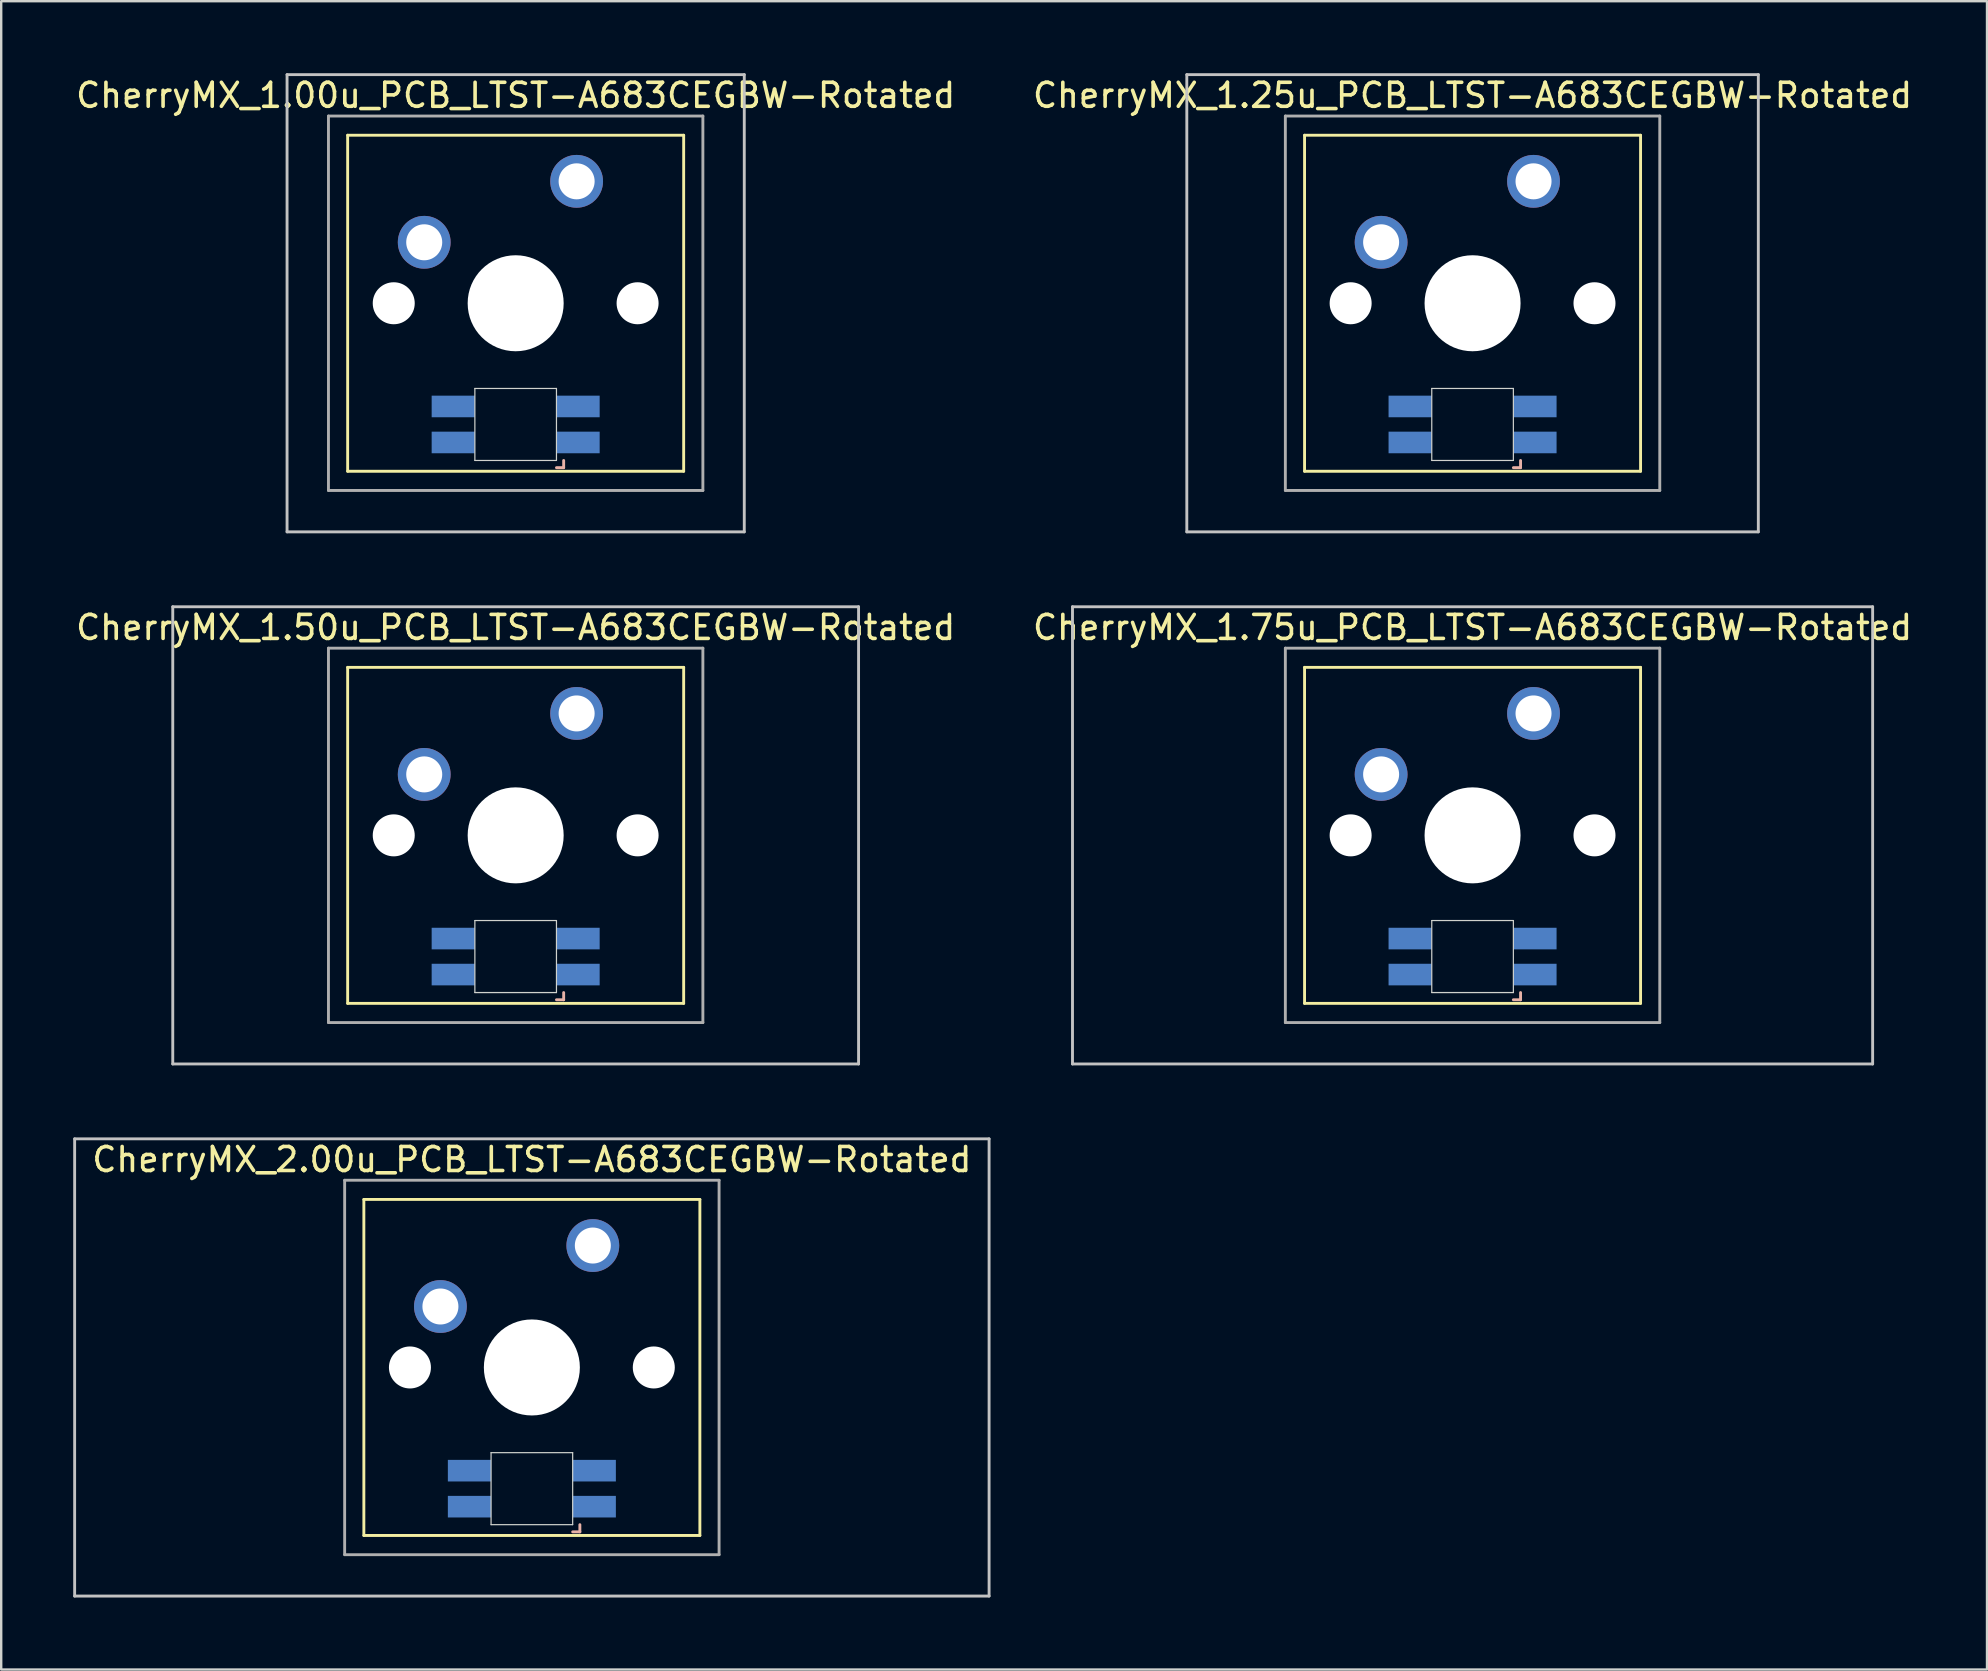
<source format=kicad_pcb>
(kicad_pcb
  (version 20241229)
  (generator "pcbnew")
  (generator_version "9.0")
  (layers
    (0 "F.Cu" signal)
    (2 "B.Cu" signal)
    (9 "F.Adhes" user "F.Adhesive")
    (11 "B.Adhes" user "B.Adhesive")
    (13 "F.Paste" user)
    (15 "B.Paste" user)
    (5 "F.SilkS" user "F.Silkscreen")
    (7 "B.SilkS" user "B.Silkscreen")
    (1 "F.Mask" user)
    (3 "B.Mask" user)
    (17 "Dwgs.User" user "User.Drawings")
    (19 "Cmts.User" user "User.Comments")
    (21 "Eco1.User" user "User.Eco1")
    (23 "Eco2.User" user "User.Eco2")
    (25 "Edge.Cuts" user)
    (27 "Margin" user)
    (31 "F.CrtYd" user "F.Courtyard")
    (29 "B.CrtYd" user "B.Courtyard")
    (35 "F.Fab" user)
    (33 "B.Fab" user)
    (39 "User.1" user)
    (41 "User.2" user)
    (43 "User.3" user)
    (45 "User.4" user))
  (footprint "CherryMX_1.00u_PCB_LTST-A683CEGBW-Rotated"
    (layer "F.Cu")
    (at 18.435 9.585)
    (property "Reference" "CherryMX_1.00u_PCB_LTST-A683CEGBW-Rotated" (at 0 -8.662 0) (layer "F.SilkS") (effects (font (size 1 1) (thickness 0.15))))
    (attr through_hole)
    (fp_line (start -7 -7) (end -7 7) (stroke (width 0.12) (type solid)) (layer "F.SilkS"))
    (fp_line (start -7 -7) (end 7 -7) (stroke (width 0.12) (type solid)) (layer "F.SilkS"))
    (fp_line (start 7 -7) (end 7 7) (stroke (width 0.12) (type solid)) (layer "F.SilkS"))
    (fp_line (start 7 7) (end -7 7) (stroke (width 0.12) (type solid)) (layer "F.SilkS"))
    (fp_line (start 1.7 6.85) (end 2 6.85) (stroke (width 0.12) (type solid)) (layer "B.SilkS"))
    (fp_line (start 2 6.85) (end 2 6.55) (stroke (width 0.12) (type solid)) (layer "B.SilkS"))
    (fp_line (start -9.525 -9.525) (end 9.525 -9.525) (stroke (width 0.12) (type solid)) (layer "Dwgs.User"))
    (fp_line (start -9.525 9.525) (end -9.525 -9.525) (stroke (width 0.12) (type solid)) (layer "Dwgs.User"))
    (fp_line (start 9.525 -9.525) (end 9.525 9.525) (stroke (width 0.12) (type solid)) (layer "Dwgs.User"))
    (fp_line (start 9.525 9.525) (end -9.525 9.525) (stroke (width 0.12) (type solid)) (layer "Dwgs.User"))
    (fp_line (start -1.7 3.55) (end 1.7 3.55) (stroke (width 0.05) (type solid)) (layer "Edge.Cuts"))
    (fp_line (start -1.7 6.55) (end -1.7 3.55) (stroke (width 0.05) (type solid)) (layer "Edge.Cuts"))
    (fp_line (start 1.7 3.55) (end 1.7 6.55) (stroke (width 0.05) (type solid)) (layer "Edge.Cuts"))
    (fp_line (start 1.7 6.55) (end -1.7 6.55) (stroke (width 0.05) (type solid)) (layer "Edge.Cuts"))
    (fp_line (start -7.8 -7.8) (end -7.8 7.8) (stroke (width 0.12) (type solid)) (layer "F.Fab"))
    (fp_line (start -7.8 -7.8) (end 7.8 -7.8) (stroke (width 0.12) (type solid)) (layer "F.Fab"))
    (fp_line (start -7.8 7.8) (end 7.8 7.8) (stroke (width 0.12) (type solid)) (layer "F.Fab"))
    (fp_line (start 7.8 -7.8) (end 7.8 7.8) (stroke (width 0.12) (type solid)) (layer "F.Fab"))
    (pad "" np_thru_hole circle (at -5.08 0) (size 1.75 1.75) (drill 1.75) (layers "*.Cu" "*.Mask"))
    (pad "" np_thru_hole circle (at 0 0) (size 4 4) (drill 4) (layers "*.Cu" "*.Mask"))
    (pad "" np_thru_hole circle (at 5.08 0) (size 1.75 1.75) (drill 1.75) (layers "*.Cu" "*.Mask"))
    (pad "1" thru_hole circle (at -3.81 -2.54) (size 2.2 2.2) (drill 1.5) (layers "*.Cu" "*.Mask"))
    (pad "2" thru_hole circle (at 2.54 -5.08) (size 2.2 2.2) (drill 1.5) (layers "*.Cu" "*.Mask"))
    (pad "3" smd rect (at 2.6 5.8) (size 1.8 0.9) (layers "B.Cu" "B.Mask" "B.Paste"))
    (pad "4" smd rect (at 2.6 4.3) (size 1.8 0.9) (layers "B.Cu" "B.Mask" "B.Paste"))
    (pad "5" smd rect (at -2.6 5.8) (size 1.8 0.9) (layers "B.Cu" "B.Mask" "B.Paste"))
    (pad "6" smd rect (at -2.6 4.3) (size 1.8 0.9) (layers "B.Cu" "B.Mask" "B.Paste")))
  (footprint "CherryMX_2.00u_PCB_LTST-A683CEGBW-Rotated"
    (layer "F.Cu")
    (at 19.11 53.925)
    (property "Reference" "CherryMX_2.00u_PCB_LTST-A683CEGBW-Rotated" (at 0 -8.662 0) (layer "F.SilkS") (effects (font (size 1 1) (thickness 0.15))))
    (attr through_hole)
    (fp_line (start -7 -7) (end -7 7) (stroke (width 0.12) (type solid)) (layer "F.SilkS"))
    (fp_line (start -7 -7) (end 7 -7) (stroke (width 0.12) (type solid)) (layer "F.SilkS"))
    (fp_line (start 7 -7) (end 7 7) (stroke (width 0.12) (type solid)) (layer "F.SilkS"))
    (fp_line (start 7 7) (end -7 7) (stroke (width 0.12) (type solid)) (layer "F.SilkS"))
    (fp_line (start 1.7 6.85) (end 2 6.85) (stroke (width 0.12) (type solid)) (layer "B.SilkS"))
    (fp_line (start 2 6.85) (end 2 6.55) (stroke (width 0.12) (type solid)) (layer "B.SilkS"))
    (fp_line (start -19.05 -9.525) (end 19.05 -9.525) (stroke (width 0.12) (type solid)) (layer "Dwgs.User"))
    (fp_line (start -19.05 9.525) (end -19.05 -9.525) (stroke (width 0.12) (type solid)) (layer "Dwgs.User"))
    (fp_line (start 19.05 -9.525) (end 19.05 9.525) (stroke (width 0.12) (type solid)) (layer "Dwgs.User"))
    (fp_line (start 19.05 9.525) (end -19.05 9.525) (stroke (width 0.12) (type solid)) (layer "Dwgs.User"))
    (fp_line (start -1.7 3.55) (end 1.7 3.55) (stroke (width 0.05) (type solid)) (layer "Edge.Cuts"))
    (fp_line (start -1.7 6.55) (end -1.7 3.55) (stroke (width 0.05) (type solid)) (layer "Edge.Cuts"))
    (fp_line (start 1.7 3.55) (end 1.7 6.55) (stroke (width 0.05) (type solid)) (layer "Edge.Cuts"))
    (fp_line (start 1.7 6.55) (end -1.7 6.55) (stroke (width 0.05) (type solid)) (layer "Edge.Cuts"))
    (fp_line (start -7.8 -7.8) (end -7.8 7.8) (stroke (width 0.12) (type solid)) (layer "F.Fab"))
    (fp_line (start -7.8 -7.8) (end 7.8 -7.8) (stroke (width 0.12) (type solid)) (layer "F.Fab"))
    (fp_line (start -7.8 7.8) (end 7.8 7.8) (stroke (width 0.12) (type solid)) (layer "F.Fab"))
    (fp_line (start 7.8 -7.8) (end 7.8 7.8) (stroke (width 0.12) (type solid)) (layer "F.Fab"))
    (pad "" np_thru_hole circle (at -5.08 0) (size 1.75 1.75) (drill 1.75) (layers "*.Cu" "*.Mask"))
    (pad "" np_thru_hole circle (at 0 0) (size 4 4) (drill 4) (layers "*.Cu" "*.Mask"))
    (pad "" np_thru_hole circle (at 5.08 0) (size 1.75 1.75) (drill 1.75) (layers "*.Cu" "*.Mask"))
    (pad "1" thru_hole circle (at -3.81 -2.54) (size 2.2 2.2) (drill 1.5) (layers "*.Cu" "*.Mask"))
    (pad "2" thru_hole circle (at 2.54 -5.08) (size 2.2 2.2) (drill 1.5) (layers "*.Cu" "*.Mask"))
    (pad "3" smd rect (at 2.6 5.8) (size 1.8 0.9) (layers "B.Cu" "B.Mask" "B.Paste"))
    (pad "4" smd rect (at 2.6 4.3) (size 1.8 0.9) (layers "B.Cu" "B.Mask" "B.Paste"))
    (pad "5" smd rect (at -2.6 5.8) (size 1.8 0.9) (layers "B.Cu" "B.Mask" "B.Paste"))
    (pad "6" smd rect (at -2.6 4.3) (size 1.8 0.9) (layers "B.Cu" "B.Mask" "B.Paste")))
  (footprint "CherryMX_1.25u_PCB_LTST-A683CEGBW-Rotated"
    (layer "F.Cu")
    (at 58.304 9.585)
    (property "Reference" "CherryMX_1.25u_PCB_LTST-A683CEGBW-Rotated" (at 0 -8.662 0) (layer "F.SilkS") (effects (font (size 1 1) (thickness 0.15))))
    (attr through_hole)
    (fp_line (start -7 -7) (end -7 7) (stroke (width 0.12) (type solid)) (layer "F.SilkS"))
    (fp_line (start -7 -7) (end 7 -7) (stroke (width 0.12) (type solid)) (layer "F.SilkS"))
    (fp_line (start 7 -7) (end 7 7) (stroke (width 0.12) (type solid)) (layer "F.SilkS"))
    (fp_line (start 7 7) (end -7 7) (stroke (width 0.12) (type solid)) (layer "F.SilkS"))
    (fp_line (start 1.7 6.85) (end 2 6.85) (stroke (width 0.12) (type solid)) (layer "B.SilkS"))
    (fp_line (start 2 6.85) (end 2 6.55) (stroke (width 0.12) (type solid)) (layer "B.SilkS"))
    (fp_line (start -11.906 -9.525) (end 11.906 -9.525) (stroke (width 0.12) (type solid)) (layer "Dwgs.User"))
    (fp_line (start -11.906 9.525) (end -11.906 -9.525) (stroke (width 0.12) (type solid)) (layer "Dwgs.User"))
    (fp_line (start 11.906 -9.525) (end 11.906 9.525) (stroke (width 0.12) (type solid)) (layer "Dwgs.User"))
    (fp_line (start 11.906 9.525) (end -11.906 9.525) (stroke (width 0.12) (type solid)) (layer "Dwgs.User"))
    (fp_line (start -1.7 3.55) (end 1.7 3.55) (stroke (width 0.05) (type solid)) (layer "Edge.Cuts"))
    (fp_line (start -1.7 6.55) (end -1.7 3.55) (stroke (width 0.05) (type solid)) (layer "Edge.Cuts"))
    (fp_line (start 1.7 3.55) (end 1.7 6.55) (stroke (width 0.05) (type solid)) (layer "Edge.Cuts"))
    (fp_line (start 1.7 6.55) (end -1.7 6.55) (stroke (width 0.05) (type solid)) (layer "Edge.Cuts"))
    (fp_line (start -7.8 -7.8) (end -7.8 7.8) (stroke (width 0.12) (type solid)) (layer "F.Fab"))
    (fp_line (start -7.8 -7.8) (end 7.8 -7.8) (stroke (width 0.12) (type solid)) (layer "F.Fab"))
    (fp_line (start -7.8 7.8) (end 7.8 7.8) (stroke (width 0.12) (type solid)) (layer "F.Fab"))
    (fp_line (start 7.8 -7.8) (end 7.8 7.8) (stroke (width 0.12) (type solid)) (layer "F.Fab"))
    (pad "" np_thru_hole circle (at -5.08 0) (size 1.75 1.75) (drill 1.75) (layers "*.Cu" "*.Mask"))
    (pad "" np_thru_hole circle (at 0 0) (size 4 4) (drill 4) (layers "*.Cu" "*.Mask"))
    (pad "" np_thru_hole circle (at 5.08 0) (size 1.75 1.75) (drill 1.75) (layers "*.Cu" "*.Mask"))
    (pad "1" thru_hole circle (at -3.81 -2.54) (size 2.2 2.2) (drill 1.5) (layers "*.Cu" "*.Mask"))
    (pad "2" thru_hole circle (at 2.54 -5.08) (size 2.2 2.2) (drill 1.5) (layers "*.Cu" "*.Mask"))
    (pad "3" smd rect (at 2.6 5.8) (size 1.8 0.9) (layers "B.Cu" "B.Mask" "B.Paste"))
    (pad "4" smd rect (at 2.6 4.3) (size 1.8 0.9) (layers "B.Cu" "B.Mask" "B.Paste"))
    (pad "5" smd rect (at -2.6 5.8) (size 1.8 0.9) (layers "B.Cu" "B.Mask" "B.Paste"))
    (pad "6" smd rect (at -2.6 4.3) (size 1.8 0.9) (layers "B.Cu" "B.Mask" "B.Paste")))
  (footprint "CherryMX_1.75u_PCB_LTST-A683CEGBW-Rotated"
    (layer "F.Cu")
    (at 58.304 31.755)
    (property "Reference" "CherryMX_1.75u_PCB_LTST-A683CEGBW-Rotated" (at 0 -8.662 0) (layer "F.SilkS") (effects (font (size 1 1) (thickness 0.15))))
    (attr through_hole)
    (fp_line (start -7 -7) (end -7 7) (stroke (width 0.12) (type solid)) (layer "F.SilkS"))
    (fp_line (start -7 -7) (end 7 -7) (stroke (width 0.12) (type solid)) (layer "F.SilkS"))
    (fp_line (start 7 -7) (end 7 7) (stroke (width 0.12) (type solid)) (layer "F.SilkS"))
    (fp_line (start 7 7) (end -7 7) (stroke (width 0.12) (type solid)) (layer "F.SilkS"))
    (fp_line (start 1.7 6.85) (end 2 6.85) (stroke (width 0.12) (type solid)) (layer "B.SilkS"))
    (fp_line (start 2 6.85) (end 2 6.55) (stroke (width 0.12) (type solid)) (layer "B.SilkS"))
    (fp_line (start -16.669 -9.525) (end 16.669 -9.525) (stroke (width 0.12) (type solid)) (layer "Dwgs.User"))
    (fp_line (start -16.669 9.525) (end -16.669 -9.525) (stroke (width 0.12) (type solid)) (layer "Dwgs.User"))
    (fp_line (start 16.669 -9.525) (end 16.669 9.525) (stroke (width 0.12) (type solid)) (layer "Dwgs.User"))
    (fp_line (start 16.669 9.525) (end -16.669 9.525) (stroke (width 0.12) (type solid)) (layer "Dwgs.User"))
    (fp_line (start -1.7 3.55) (end 1.7 3.55) (stroke (width 0.05) (type solid)) (layer "Edge.Cuts"))
    (fp_line (start -1.7 6.55) (end -1.7 3.55) (stroke (width 0.05) (type solid)) (layer "Edge.Cuts"))
    (fp_line (start 1.7 3.55) (end 1.7 6.55) (stroke (width 0.05) (type solid)) (layer "Edge.Cuts"))
    (fp_line (start 1.7 6.55) (end -1.7 6.55) (stroke (width 0.05) (type solid)) (layer "Edge.Cuts"))
    (fp_line (start -7.8 -7.8) (end -7.8 7.8) (stroke (width 0.12) (type solid)) (layer "F.Fab"))
    (fp_line (start -7.8 -7.8) (end 7.8 -7.8) (stroke (width 0.12) (type solid)) (layer "F.Fab"))
    (fp_line (start -7.8 7.8) (end 7.8 7.8) (stroke (width 0.12) (type solid)) (layer "F.Fab"))
    (fp_line (start 7.8 -7.8) (end 7.8 7.8) (stroke (width 0.12) (type solid)) (layer "F.Fab"))
    (pad "" np_thru_hole circle (at -5.08 0) (size 1.75 1.75) (drill 1.75) (layers "*.Cu" "*.Mask"))
    (pad "" np_thru_hole circle (at 0 0) (size 4 4) (drill 4) (layers "*.Cu" "*.Mask"))
    (pad "" np_thru_hole circle (at 5.08 0) (size 1.75 1.75) (drill 1.75) (layers "*.Cu" "*.Mask"))
    (pad "1" thru_hole circle (at -3.81 -2.54) (size 2.2 2.2) (drill 1.5) (layers "*.Cu" "*.Mask"))
    (pad "2" thru_hole circle (at 2.54 -5.08) (size 2.2 2.2) (drill 1.5) (layers "*.Cu" "*.Mask"))
    (pad "3" smd rect (at 2.6 5.8) (size 1.8 0.9) (layers "B.Cu" "B.Mask" "B.Paste"))
    (pad "4" smd rect (at 2.6 4.3) (size 1.8 0.9) (layers "B.Cu" "B.Mask" "B.Paste"))
    (pad "5" smd rect (at -2.6 5.8) (size 1.8 0.9) (layers "B.Cu" "B.Mask" "B.Paste"))
    (pad "6" smd rect (at -2.6 4.3) (size 1.8 0.9) (layers "B.Cu" "B.Mask" "B.Paste")))
  (footprint "CherryMX_1.50u_PCB_LTST-A683CEGBW-Rotated"
    (layer "F.Cu")
    (at 18.435 31.755)
    (property "Reference" "CherryMX_1.50u_PCB_LTST-A683CEGBW-Rotated" (at 0 -8.662 0) (layer "F.SilkS") (effects (font (size 1 1) (thickness 0.15))))
    (attr through_hole)
    (fp_line (start -7 -7) (end -7 7) (stroke (width 0.12) (type solid)) (layer "F.SilkS"))
    (fp_line (start -7 -7) (end 7 -7) (stroke (width 0.12) (type solid)) (layer "F.SilkS"))
    (fp_line (start 7 -7) (end 7 7) (stroke (width 0.12) (type solid)) (layer "F.SilkS"))
    (fp_line (start 7 7) (end -7 7) (stroke (width 0.12) (type solid)) (layer "F.SilkS"))
    (fp_line (start 1.7 6.85) (end 2 6.85) (stroke (width 0.12) (type solid)) (layer "B.SilkS"))
    (fp_line (start 2 6.85) (end 2 6.55) (stroke (width 0.12) (type solid)) (layer "B.SilkS"))
    (fp_line (start -14.287 -9.525) (end 14.287 -9.525) (stroke (width 0.12) (type solid)) (layer "Dwgs.User"))
    (fp_line (start -14.287 9.525) (end -14.287 -9.525) (stroke (width 0.12) (type solid)) (layer "Dwgs.User"))
    (fp_line (start 14.287 -9.525) (end 14.287 9.525) (stroke (width 0.12) (type solid)) (layer "Dwgs.User"))
    (fp_line (start 14.287 9.525) (end -14.287 9.525) (stroke (width 0.12) (type solid)) (layer "Dwgs.User"))
    (fp_line (start -1.7 3.55) (end 1.7 3.55) (stroke (width 0.05) (type solid)) (layer "Edge.Cuts"))
    (fp_line (start -1.7 6.55) (end -1.7 3.55) (stroke (width 0.05) (type solid)) (layer "Edge.Cuts"))
    (fp_line (start 1.7 3.55) (end 1.7 6.55) (stroke (width 0.05) (type solid)) (layer "Edge.Cuts"))
    (fp_line (start 1.7 6.55) (end -1.7 6.55) (stroke (width 0.05) (type solid)) (layer "Edge.Cuts"))
    (fp_line (start -7.8 -7.8) (end -7.8 7.8) (stroke (width 0.12) (type solid)) (layer "F.Fab"))
    (fp_line (start -7.8 -7.8) (end 7.8 -7.8) (stroke (width 0.12) (type solid)) (layer "F.Fab"))
    (fp_line (start -7.8 7.8) (end 7.8 7.8) (stroke (width 0.12) (type solid)) (layer "F.Fab"))
    (fp_line (start 7.8 -7.8) (end 7.8 7.8) (stroke (width 0.12) (type solid)) (layer "F.Fab"))
    (pad "" np_thru_hole circle (at -5.08 0) (size 1.75 1.75) (drill 1.75) (layers "*.Cu" "*.Mask"))
    (pad "" np_thru_hole circle (at 0 0) (size 4 4) (drill 4) (layers "*.Cu" "*.Mask"))
    (pad "" np_thru_hole circle (at 5.08 0) (size 1.75 1.75) (drill 1.75) (layers "*.Cu" "*.Mask"))
    (pad "1" thru_hole circle (at -3.81 -2.54) (size 2.2 2.2) (drill 1.5) (layers "*.Cu" "*.Mask"))
    (pad "2" thru_hole circle (at 2.54 -5.08) (size 2.2 2.2) (drill 1.5) (layers "*.Cu" "*.Mask"))
    (pad "3" smd rect (at 2.6 5.8) (size 1.8 0.9) (layers "B.Cu" "B.Mask" "B.Paste"))
    (pad "4" smd rect (at 2.6 4.3) (size 1.8 0.9) (layers "B.Cu" "B.Mask" "B.Paste"))
    (pad "5" smd rect (at -2.6 5.8) (size 1.8 0.9) (layers "B.Cu" "B.Mask" "B.Paste"))
    (pad "6" smd rect (at -2.6 4.3) (size 1.8 0.9) (layers "B.Cu" "B.Mask" "B.Paste")))
  (gr_rect
    (start -3 -3)
    (end 79.738 66.51)
    (stroke (width 0.1) (type default))
    (fill no)
    (layer "Edge.Cuts")))
</source>
